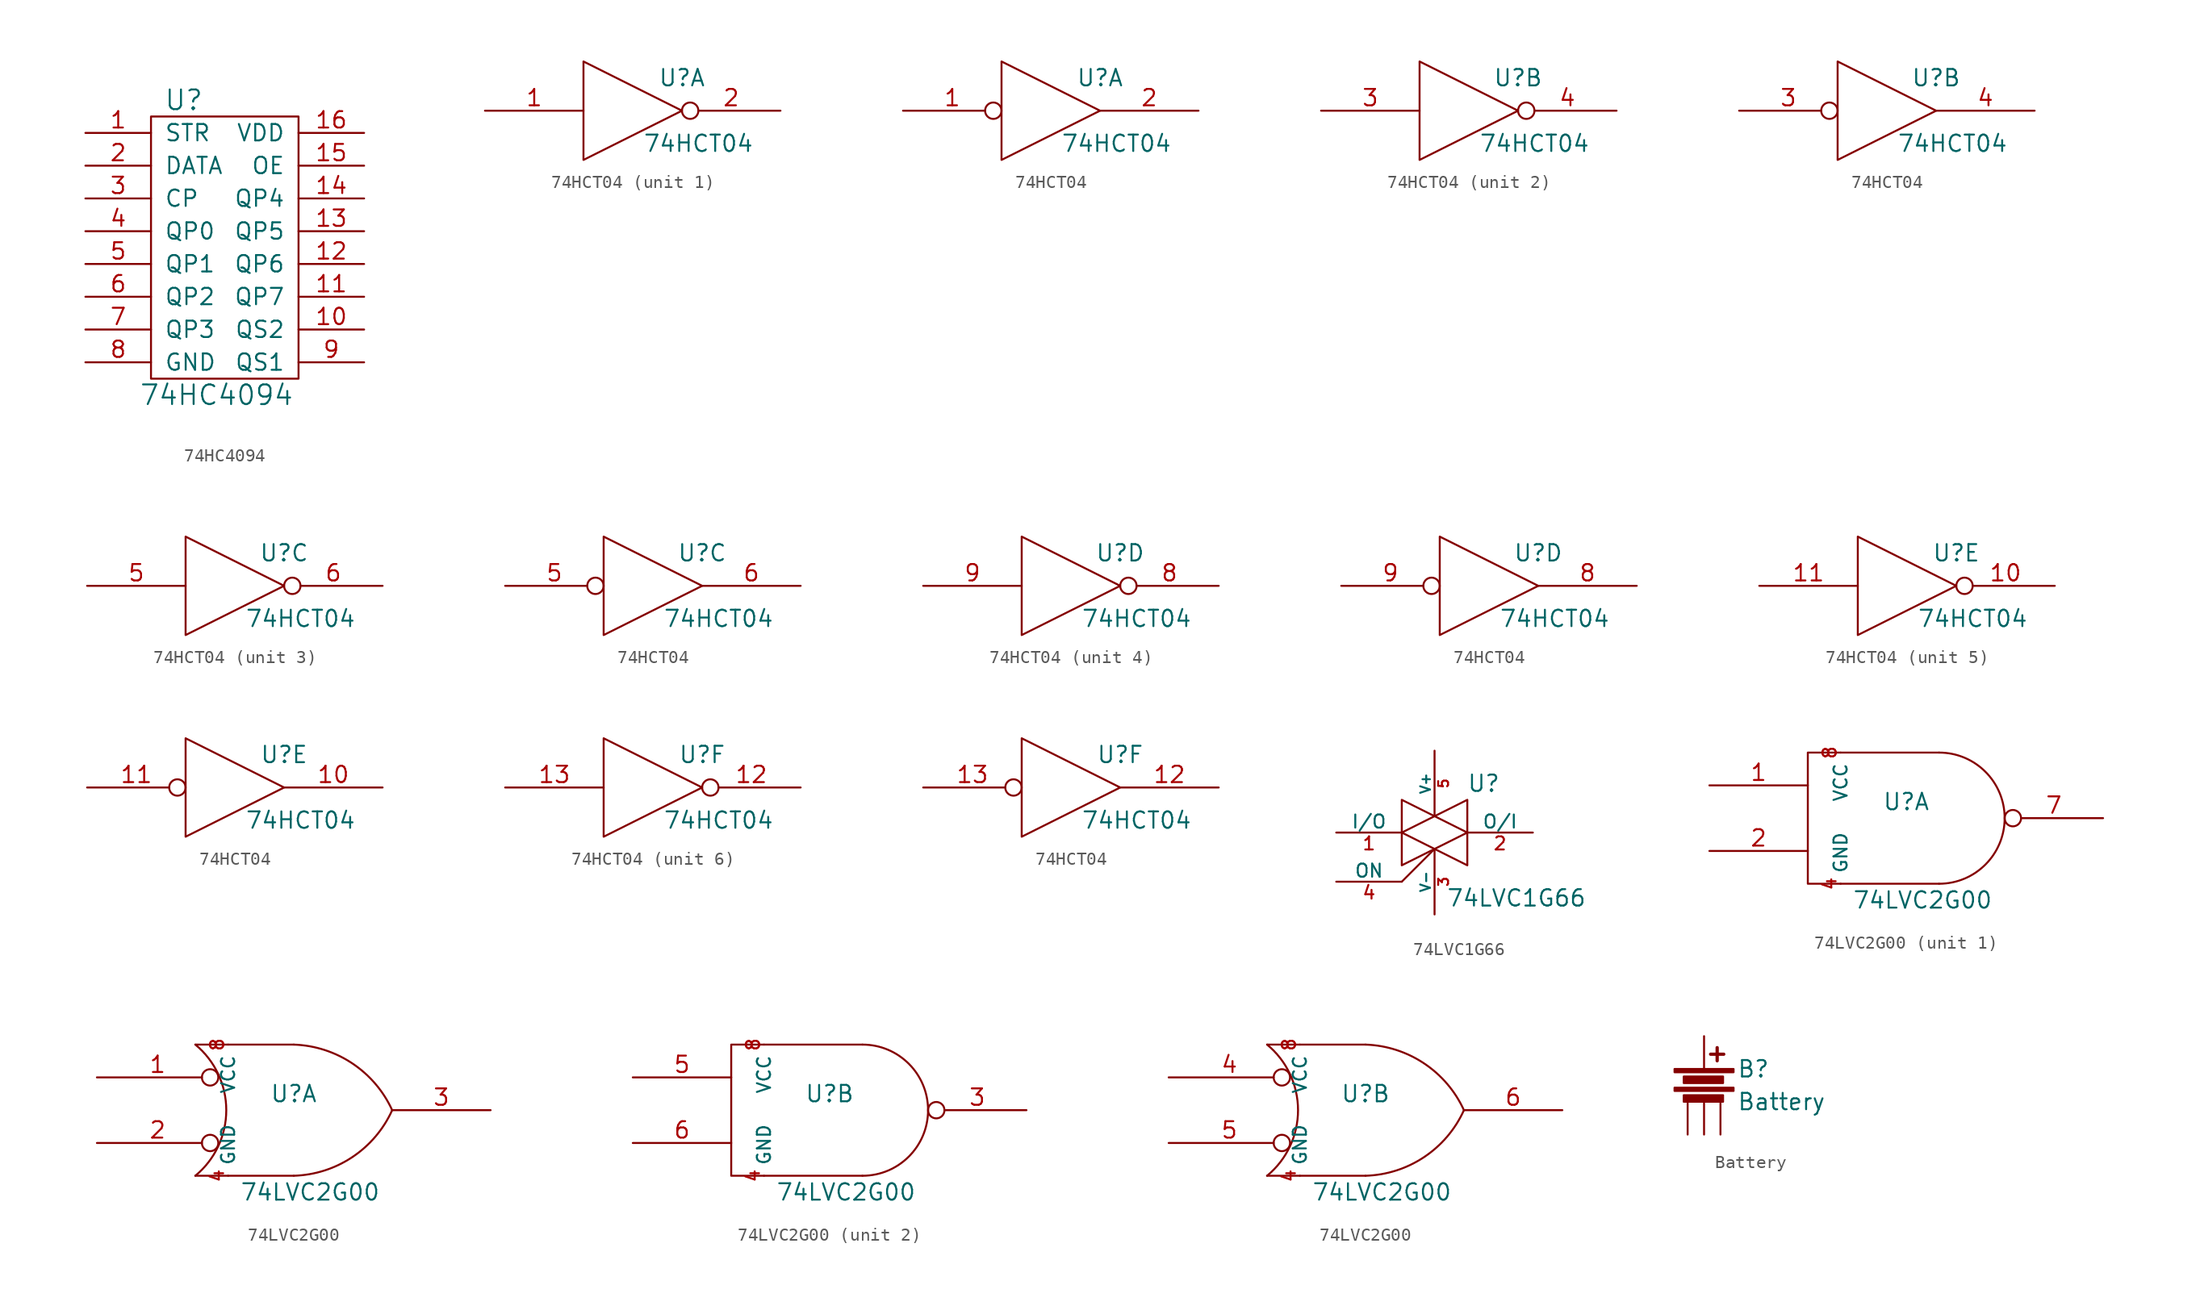
<source format=kicad_sym>
(kicad_symbol_lib
  (version 20231120)
  (generator "kicad_symbol_editor")
  (generator_version "8.0")
  (symbol "74HC4094"
    (pin_names
      (offset 1.016))
    (property "Reference" "U"
      (at -5.08 15.24 0)
      (effects (font (size 1.524 1.524))))
    (property "Value" "74HC4094"
      (at -2.54 -7.62 0)
      (effects (font (size 1.524 1.524))))
    (property "Footprint" ""
      (at 0 0 0)
      (effects (font (size 1.524 1.524))))
    (property "Datasheet" ""
      (at 0 0 0)
      (effects (font (size 1.524 1.524))))
    (symbol "74HC4094_0_1"
      (rectangle (start -7.62 13.97) (end 3.81 -6.35) (stroke (width 0) (type solid)) (fill (type none))))
    (symbol "74HC4094_1_1"
      (pin input line (at -12.7 12.7 0) (length 5.08) (name "STR" (effects (font (size 1.27 1.27)))) (number "1" (effects (font (size 1.27 1.27)))))
      (pin output line (at 8.89 -2.54 180) (length 5.08) (name "QS2" (effects (font (size 1.27 1.27)))) (number "10" (effects (font (size 1.27 1.27)))))
      (pin output line (at 8.89 0 180) (length 5.08) (name "QP7" (effects (font (size 1.27 1.27)))) (number "11" (effects (font (size 1.27 1.27)))))
      (pin output line (at 8.89 2.54 180) (length 5.08) (name "QP6" (effects (font (size 1.27 1.27)))) (number "12" (effects (font (size 1.27 1.27)))))
      (pin output line (at 8.89 5.08 180) (length 5.08) (name "QP5" (effects (font (size 1.27 1.27)))) (number "13" (effects (font (size 1.27 1.27)))))
      (pin output line (at 8.89 7.62 180) (length 5.08) (name "QP4" (effects (font (size 1.27 1.27)))) (number "14" (effects (font (size 1.27 1.27)))))
      (pin input line (at 8.89 10.16 180) (length 5.08) (name "OE" (effects (font (size 1.27 1.27)))) (number "15" (effects (font (size 1.27 1.27)))))
      (pin power_in line (at 8.89 12.7 180) (length 5.08) (name "VDD" (effects (font (size 1.27 1.27)))) (number "16" (effects (font (size 1.27 1.27)))))
      (pin input line (at -12.7 10.16 0) (length 5.08) (name "DATA" (effects (font (size 1.27 1.27)))) (number "2" (effects (font (size 1.27 1.27)))))
      (pin input line (at -12.7 7.62 0) (length 5.08) (name "CP" (effects (font (size 1.27 1.27)))) (number "3" (effects (font (size 1.27 1.27)))))
      (pin output line (at -12.7 5.08 0) (length 5.08) (name "QP0" (effects (font (size 1.27 1.27)))) (number "4" (effects (font (size 1.27 1.27)))))
      (pin output line (at -12.7 2.54 0) (length 5.08) (name "QP1" (effects (font (size 1.27 1.27)))) (number "5" (effects (font (size 1.27 1.27)))))
      (pin output line (at -12.7 0 0) (length 5.08) (name "QP2" (effects (font (size 1.27 1.27)))) (number "6" (effects (font (size 1.27 1.27)))))
      (pin output line (at -12.7 -2.54 0) (length 5.08) (name "QP3" (effects (font (size 1.27 1.27)))) (number "7" (effects (font (size 1.27 1.27)))))
      (pin output line (at -12.7 -5.08 0) (length 5.08) (name "GND" (effects (font (size 1.27 1.27)))) (number "8" (effects (font (size 1.27 1.27)))))
      (pin output line (at 8.89 -5.08 180) (length 5.08) (name "QS1" (effects (font (size 1.27 1.27)))) (number "9" (effects (font (size 1.27 1.27)))))))
  (symbol "74HCT04"
    (pin_names
      (offset 0.762))
    (property "Reference" "U"
      (at 3.81 2.54 0)
      (effects (font (size 1.27 1.27))))
    (property "Value" "74HCT04"
      (at 5.08 -2.54 0)
      (effects (font (size 1.27 1.27))))
    (property "Footprint" ""
      (at 0 0 0)
      (effects (font (size 1.27 1.27))))
    (property "Datasheet" ""
      (at 0 0 0)
      (effects (font (size 1.27 1.27))))
    (symbol "74HCT04_0_0"
      (polyline (pts (xy -3.81 3.81) (xy -3.81 -3.81) (xy 3.81 0) (xy -3.81 3.81)) (stroke (width 0) (type solid)) (fill (type none)))
      (pin power_in line (at -1.27 2.54 270) (length 0) hide (name "+3V3" (effects (font (size 0.508 0.508)))) (number "14" (effects (font (size 0.762 0.762)))))
      (pin power_in line (at -1.27 -2.54 90) (length 0) hide (name "GNDD" (effects (font (size 0.508 0.508)))) (number "7" (effects (font (size 0.762 0.762))))))
    (symbol "74HCT04_1_1"
      (pin input line (at -11.43 0 0) (length 7.62) (name "~" (effects (font (size 1.27 1.27)))) (number "1" (effects (font (size 1.27 1.27)))))
      (pin output inverted (at 11.43 0 180) (length 7.62) (name "~" (effects (font (size 1.27 1.27)))) (number "2" (effects (font (size 1.27 1.27))))))
    (symbol "74HCT04_1_2"
      (pin input inverted (at -11.43 0 0) (length 7.62) (name "~" (effects (font (size 1.27 1.27)))) (number "1" (effects (font (size 1.27 1.27)))))
      (pin output line (at 11.43 0 180) (length 7.62) (name "~" (effects (font (size 1.27 1.27)))) (number "2" (effects (font (size 1.27 1.27))))))
    (symbol "74HCT04_2_1"
      (pin input line (at -11.43 0 0) (length 7.62) (name "~" (effects (font (size 1.27 1.27)))) (number "3" (effects (font (size 1.27 1.27)))))
      (pin output inverted (at 11.43 0 180) (length 7.62) (name "~" (effects (font (size 1.27 1.27)))) (number "4" (effects (font (size 1.27 1.27))))))
    (symbol "74HCT04_2_2"
      (pin input inverted (at -11.43 0 0) (length 7.62) (name "~" (effects (font (size 1.27 1.27)))) (number "3" (effects (font (size 1.27 1.27)))))
      (pin output line (at 11.43 0 180) (length 7.62) (name "~" (effects (font (size 1.27 1.27)))) (number "4" (effects (font (size 1.27 1.27))))))
    (symbol "74HCT04_3_1"
      (pin input line (at -11.43 0 0) (length 7.62) (name "~" (effects (font (size 1.27 1.27)))) (number "5" (effects (font (size 1.27 1.27)))))
      (pin output inverted (at 11.43 0 180) (length 7.62) (name "~" (effects (font (size 1.27 1.27)))) (number "6" (effects (font (size 1.27 1.27))))))
    (symbol "74HCT04_3_2"
      (pin input inverted (at -11.43 0 0) (length 7.62) (name "~" (effects (font (size 1.27 1.27)))) (number "5" (effects (font (size 1.27 1.27)))))
      (pin output line (at 11.43 0 180) (length 7.62) (name "~" (effects (font (size 1.27 1.27)))) (number "6" (effects (font (size 1.27 1.27))))))
    (symbol "74HCT04_4_1"
      (pin output inverted (at 11.43 0 180) (length 7.62) (name "~" (effects (font (size 1.27 1.27)))) (number "8" (effects (font (size 1.27 1.27)))))
      (pin input line (at -11.43 0 0) (length 7.62) (name "~" (effects (font (size 1.27 1.27)))) (number "9" (effects (font (size 1.27 1.27))))))
    (symbol "74HCT04_4_2"
      (pin output line (at 11.43 0 180) (length 7.62) (name "~" (effects (font (size 1.27 1.27)))) (number "8" (effects (font (size 1.27 1.27)))))
      (pin input inverted (at -11.43 0 0) (length 7.62) (name "~" (effects (font (size 1.27 1.27)))) (number "9" (effects (font (size 1.27 1.27))))))
    (symbol "74HCT04_5_1"
      (pin output inverted (at 11.43 0 180) (length 7.62) (name "~" (effects (font (size 1.27 1.27)))) (number "10" (effects (font (size 1.27 1.27)))))
      (pin input line (at -11.43 0 0) (length 7.62) (name "~" (effects (font (size 1.27 1.27)))) (number "11" (effects (font (size 1.27 1.27))))))
    (symbol "74HCT04_5_2"
      (pin output line (at 11.43 0 180) (length 7.62) (name "~" (effects (font (size 1.27 1.27)))) (number "10" (effects (font (size 1.27 1.27)))))
      (pin input inverted (at -11.43 0 0) (length 7.62) (name "~" (effects (font (size 1.27 1.27)))) (number "11" (effects (font (size 1.27 1.27))))))
    (symbol "74HCT04_6_1"
      (pin output inverted (at 11.43 0 180) (length 7.62) (name "~" (effects (font (size 1.27 1.27)))) (number "12" (effects (font (size 1.27 1.27)))))
      (pin input line (at -11.43 0 0) (length 7.62) (name "~" (effects (font (size 1.27 1.27)))) (number "13" (effects (font (size 1.27 1.27))))))
    (symbol "74HCT04_6_2"
      (pin output line (at 11.43 0 180) (length 7.62) (name "~" (effects (font (size 1.27 1.27)))) (number "12" (effects (font (size 1.27 1.27)))))
      (pin input inverted (at -11.43 0 0) (length 7.62) (name "~" (effects (font (size 1.27 1.27)))) (number "13" (effects (font (size 1.27 1.27)))))))
  (symbol "74LVC1G66"
    (pin_names
      (offset 0))
    (property "Reference" "U"
      (at 3.81 3.81 0)
      (effects (font (size 1.27 1.27))))
    (property "Value" "74LVC1G66"
      (at 6.35 -5.08 0)
      (effects (font (size 1.27 1.27))))
    (property "Footprint" ""
      (at 0 0 0)
      (effects (font (size 1.524 1.524))))
    (property "Datasheet" ""
      (at 0 0 0)
      (effects (font (size 1.524 1.524))))
    (symbol "74LVC1G66_0_1"
      (polyline (pts (xy -2.54 -3.81) (xy 0 -1.27) (xy 0 -1.27)) (stroke (width 0) (type solid)) (fill (type none)))
      (polyline (pts (xy -2.54 0) (xy 2.54 2.54) (xy 2.54 -2.54) (xy -2.54 0)) (stroke (width 0) (type solid)) (fill (type none)))
      (polyline (pts (xy -2.54 2.54) (xy 2.54 0) (xy -2.54 -2.54) (xy -2.54 2.54)) (stroke (width 0) (type solid)) (fill (type none)))
      (pin power_in line (at 0 -6.35 90) (length 5.08) (name "V-" (effects (font (size 0.762 0.762)))) (number "3" (effects (font (size 0.762 0.762)))))
      (pin power_in line (at 0 6.35 270) (length 5.08) (name "V+" (effects (font (size 0.762 0.762)))) (number "5" (effects (font (size 0.762 0.762))))))
    (symbol "74LVC1G66_1_1"
      (pin passive line (at -7.62 0 0) (length 5.08) (name "I/O" (effects (font (size 1.016 1.016)))) (number "1" (effects (font (size 1.016 1.016)))))
      (pin passive line (at 7.62 0 180) (length 5.08) (name "O/I" (effects (font (size 1.016 1.016)))) (number "2" (effects (font (size 1.016 1.016)))))
      (pin input line (at -7.62 -3.81 0) (length 5.08) (name "ON" (effects (font (size 1.016 1.016)))) (number "4" (effects (font (size 1.016 1.016)))))))
  (symbol "74LVC2G00"
    (pin_names
      (offset 0.762))
    (property "Reference" "U"
      (at 0 1.27 0)
      (effects (font (size 1.27 1.27))))
    (property "Value" "74LVC2G00"
      (at 1.27 -6.35 0)
      (effects (font (size 1.27 1.27))))
    (property "Footprint" ""
      (at 0 0 0)
      (effects (font (size 1.27 1.27))))
    (property "Datasheet" ""
      (at 0 0 0)
      (effects (font (size 1.27 1.27))))
    (symbol "74LVC2G00_0_0"
      (pin power_in line (at -5.08 -5.08 90) (length 0) (name "GND" (effects (font (size 1.016 1.016)))) (number "4" (effects (font (size 1.016 1.016)))))
      (pin power_in line (at -5.08 5.08 270) (length 0) (name "VCC" (effects (font (size 1.016 1.016)))) (number "8" (effects (font (size 1.016 1.016))))))
    (symbol "74LVC2G00_0_1"
      (polyline (pts (xy 2.54 5.08) (xy -7.62 5.08) (xy -7.62 -5.08) (xy 2.54 -5.08)) (stroke (width 0) (type solid)) (fill (type none)))
      (arc (start 2.54 -5.08) (mid 7.62 0) (end 2.54 5.08) (stroke (width 0) (type solid)) (fill (type none))))
    (symbol "74LVC2G00_0_2"
      (arc (start -7.62 -5.08) (mid -5.2253 0) (end -7.62 5.08) (stroke (width 0) (type solid)) (fill (type none)))
      (arc (start 0 -5.08) (mid 4.5408 -3.6305) (end 7.62 0) (stroke (width 0) (type solid)) (fill (type none)))
      (polyline (pts (xy -7.62 -5.08) (xy 0 -5.08)) (stroke (width 0) (type solid)) (fill (type none)))
      (polyline (pts (xy -7.62 5.08) (xy 0 5.08)) (stroke (width 0) (type solid)) (fill (type none)))
      (arc (start 7.62 0) (mid 4.5343 3.6226) (end 0 5.08) (stroke (width 0) (type solid)) (fill (type none))))
    (symbol "74LVC2G00_1_1"
      (pin input line (at -15.24 2.54 0) (length 7.62) (name "~" (effects (font (size 1.27 1.27)))) (number "1" (effects (font (size 1.27 1.27)))))
      (pin input line (at -15.24 -2.54 0) (length 7.62) (name "~" (effects (font (size 1.27 1.27)))) (number "2" (effects (font (size 1.27 1.27)))))
      (pin output inverted (at 15.24 0 180) (length 7.62) (name "~" (effects (font (size 1.27 1.27)))) (number "7" (effects (font (size 1.27 1.27))))))
    (symbol "74LVC2G00_1_2"
      (pin input inverted (at -15.24 2.54 0) (length 9.398) (name "~" (effects (font (size 1.27 1.27)))) (number "1" (effects (font (size 1.27 1.27)))))
      (pin input inverted (at -15.24 -2.54 0) (length 9.398) (name "~" (effects (font (size 1.27 1.27)))) (number "2" (effects (font (size 1.27 1.27)))))
      (pin output line (at 15.24 0 180) (length 7.62) (name "~" (effects (font (size 1.27 1.27)))) (number "3" (effects (font (size 1.27 1.27))))))
    (symbol "74LVC2G00_2_1"
      (pin output inverted (at 15.24 0 180) (length 7.62) (name "~" (effects (font (size 1.27 1.27)))) (number "3" (effects (font (size 1.27 1.27)))))
      (pin input line (at -15.24 2.54 0) (length 7.62) (name "~" (effects (font (size 1.27 1.27)))) (number "5" (effects (font (size 1.27 1.27)))))
      (pin input line (at -15.24 -2.54 0) (length 7.62) (name "~" (effects (font (size 1.27 1.27)))) (number "6" (effects (font (size 1.27 1.27))))))
    (symbol "74LVC2G00_2_2"
      (pin input inverted (at -15.24 2.54 0) (length 9.398) (name "~" (effects (font (size 1.27 1.27)))) (number "4" (effects (font (size 1.27 1.27)))))
      (pin input inverted (at -15.24 -2.54 0) (length 9.398) (name "~" (effects (font (size 1.27 1.27)))) (number "5" (effects (font (size 1.27 1.27)))))
      (pin output line (at 15.24 0 180) (length 7.62) (name "~" (effects (font (size 1.27 1.27)))) (number "6" (effects (font (size 1.27 1.27)))))))
  (symbol "Battery"
    (pin_numbers hide)
    (pin_names
      (offset 0))
    (property "Reference" "B"
      (at 2.54 1.27 0)
      (effects (font (size 1.27 1.27)) (justify left)))
    (property "Value" "Battery"
      (at 2.54 -1.27 0)
      (effects (font (size 1.27 1.27)) (justify left)))
    (property "Footprint" ""
      (at 0 1.016 90)
      (effects (font (size 1.27 1.27))))
    (property "Datasheet" ""
      (at 0 1.016 90)
      (effects (font (size 1.27 1.27))))
    (symbol "Battery_0_1"
      (rectangle (start -2.286 -0.178) (end 2.286 -0.432) (stroke (width 0) (type solid)) (fill (type outline)))
      (rectangle (start -2.286 1.27) (end 2.286 1.016) (stroke (width 0) (type solid)) (fill (type outline)))
      (rectangle (start -1.575 -0.762) (end 1.473 -1.27) (stroke (width 0) (type solid)) (fill (type outline)))
      (rectangle (start -1.575 0.686) (end 1.473 0.178) (stroke (width 0) (type solid)) (fill (type outline)))
      (polyline (pts (xy 0.508 2.413) (xy 1.524 2.413)) (stroke (width 0.254) (type solid)) (fill (type none)))
      (polyline (pts (xy 1.016 2.921) (xy 1.016 1.905)) (stroke (width 0.254) (type solid)) (fill (type none))))
    (symbol "Battery_1_1"
      (pin passive line (at 0 3.81 270) (length 2.54) (name "~" (effects (font (size 1.27 1.27)))) (number "1" (effects (font (size 1.27 1.27)))))
      (pin passive line (at 0 -3.81 90) (length 2.54) (name "~" (effects (font (size 1.27 1.27)))) (number "2" (effects (font (size 1.27 1.27)))))
      (pin input line (at -1.27 -3.81 90) (length 2.54) (name "~" (effects (font (size 1.27 1.27)))) (number "3" (effects (font (size 1.27 1.27)))))
      (pin input line (at 1.27 -3.81 90) (length 2.54) (name "~" (effects (font (size 1.27 1.27)))) (number "4" (effects (font (size 1.27 1.27))))))))
</source>
